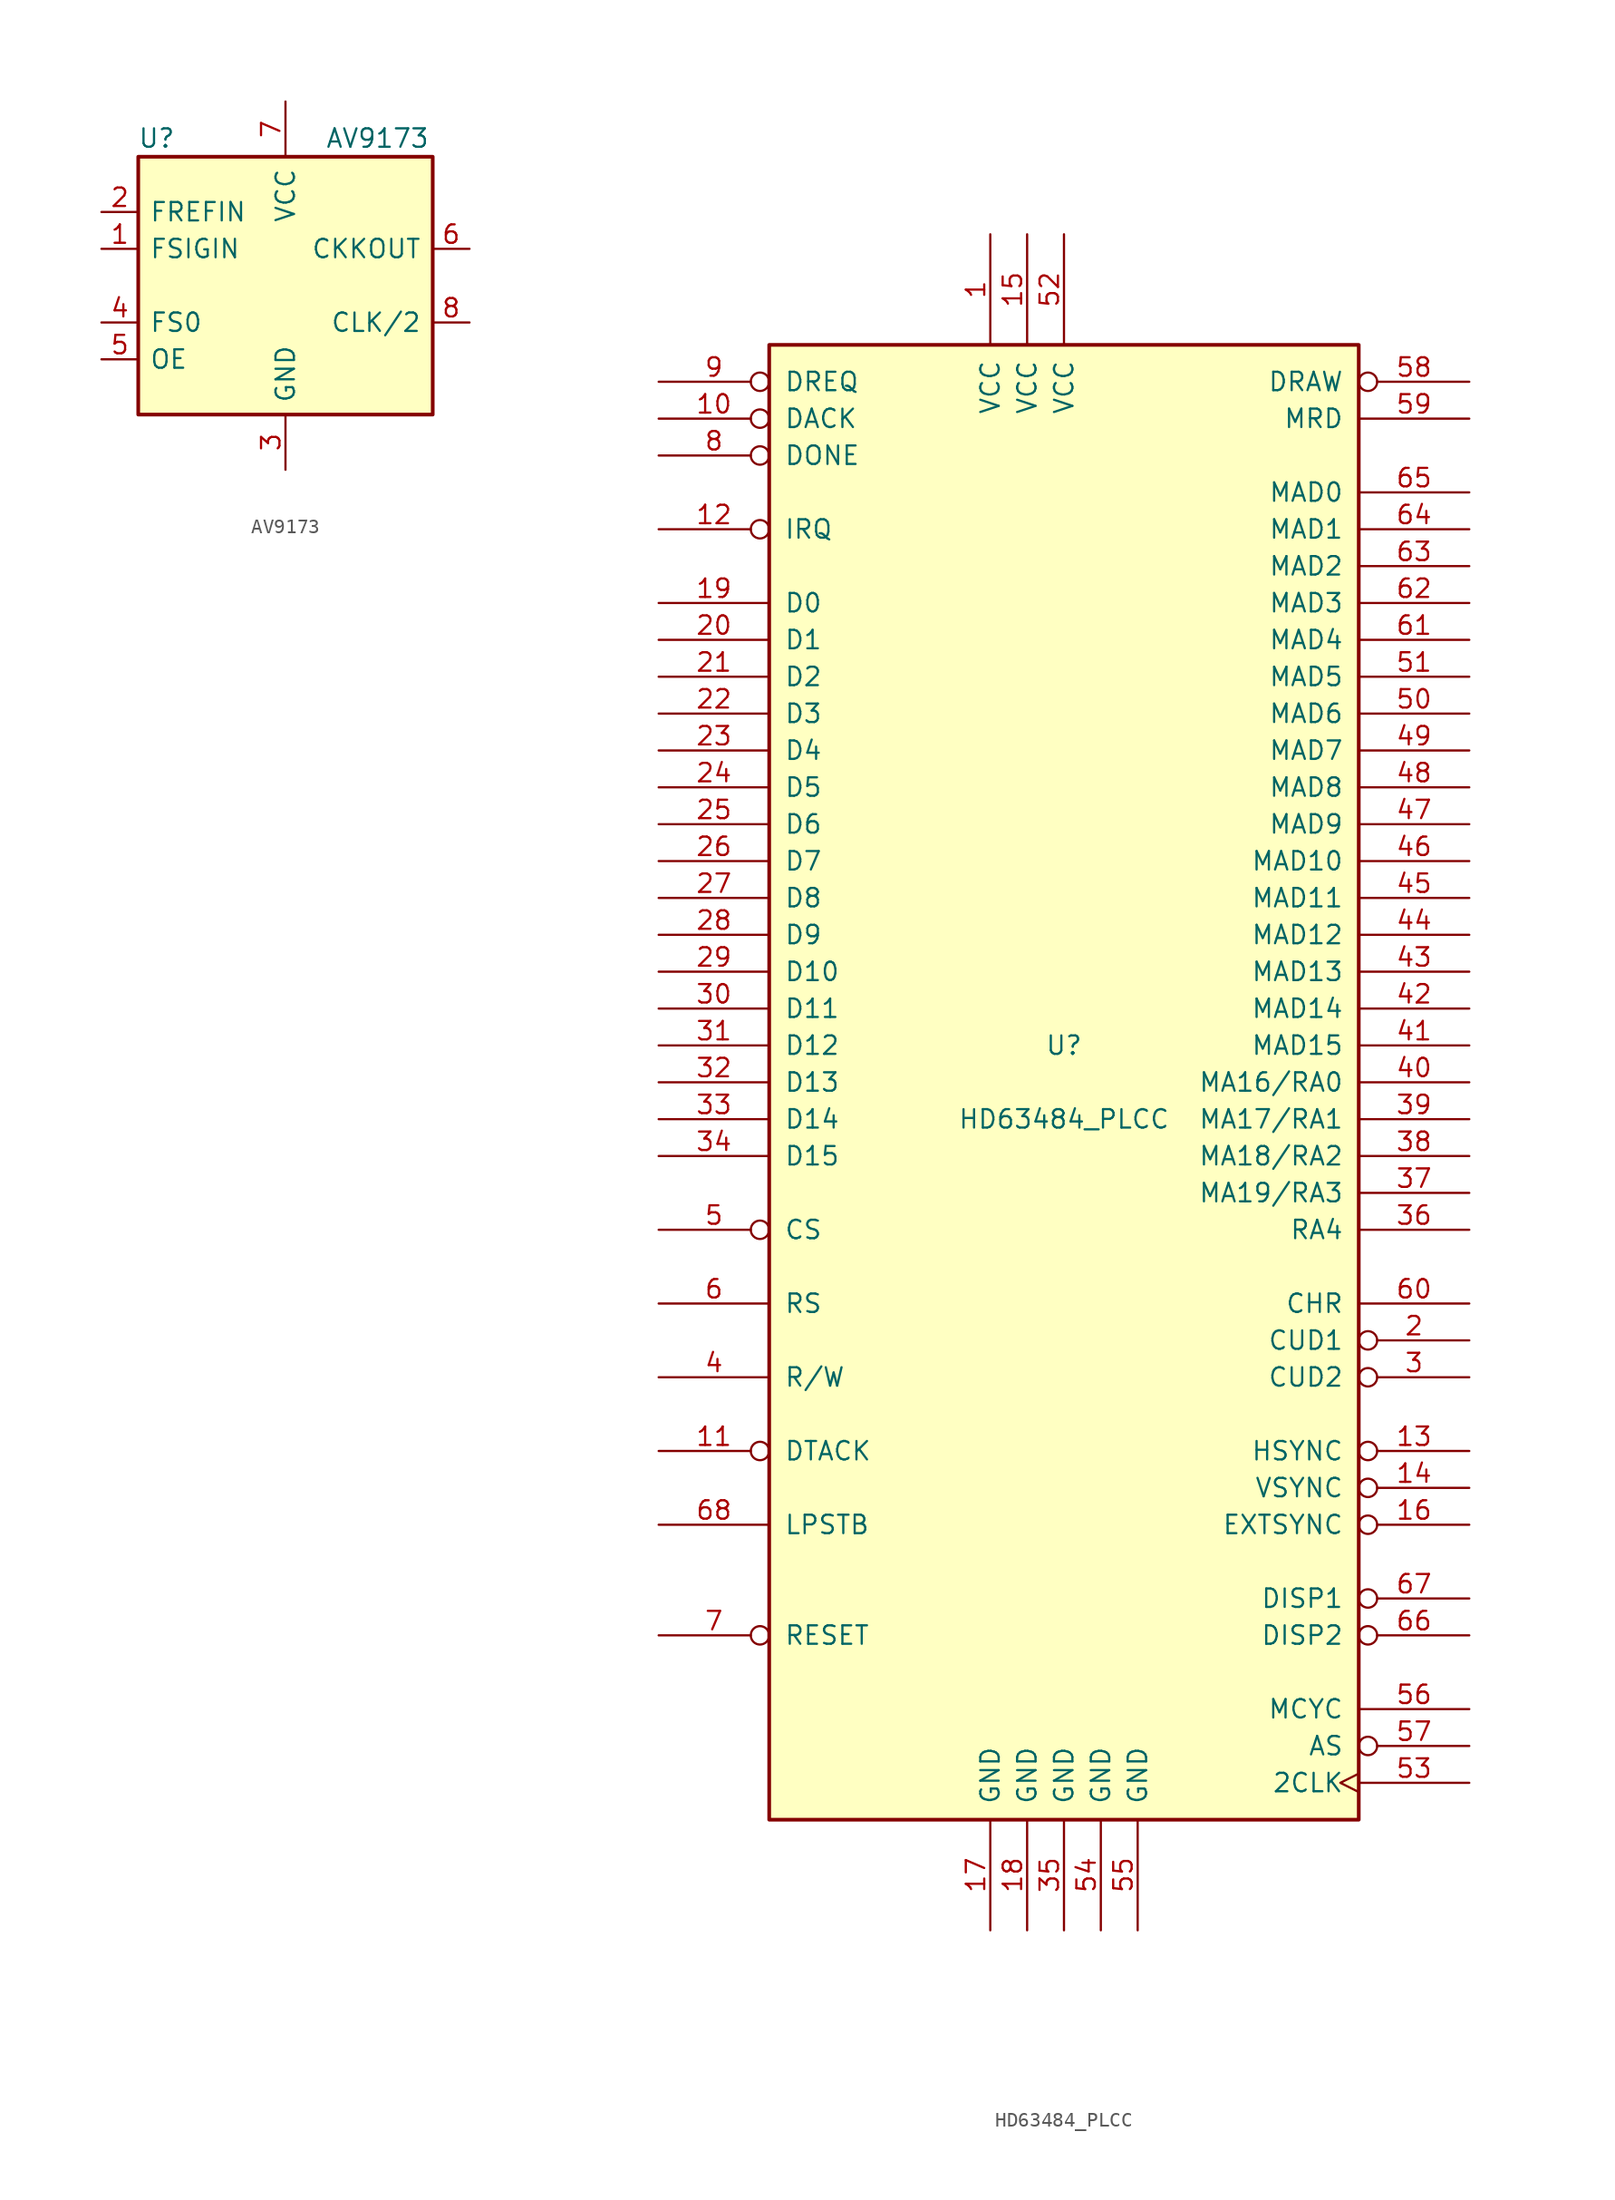
<source format=kicad_sym>
(kicad_symbol_lib
  (version 20211014)
  (generator kicad_symbol_editor)
  (symbol "AV9173"
    (pin_names
      (offset 0.762))
    (property "Reference" "U"
      (at -8.89 10.16 0)
      (effects (font (size 1.27 1.27))))
    (property "Value" "AV9173"
      (at 6.35 10.16 0)
      (effects (font (size 1.27 1.27))))
    (symbol "AV9173_0_1"
      (rectangle (start -10.16 8.89) (end 10.16 -8.89) (stroke (width 0.254) (type default) (color 0 0 0 0)) (fill (type background))))
    (symbol "AV9173_1_1"
      (pin input line (at -12.7 2.54 0) (length 2.54) (name "FSIGIN" (effects (font (size 1.27 1.27)))) (number "1" (effects (font (size 1.27 1.27)))))
      (pin input line (at -12.7 5.08 0) (length 2.54) (name "FREFIN" (effects (font (size 1.27 1.27)))) (number "2" (effects (font (size 1.27 1.27)))))
      (pin input line (at 0 -12.7 90) (length 3.81) (name "GND" (effects (font (size 1.27 1.27)))) (number "3" (effects (font (size 1.27 1.27)))))
      (pin input line (at -12.7 -2.54 0) (length 2.54) (name "FS0" (effects (font (size 1.27 1.27)))) (number "4" (effects (font (size 1.27 1.27)))))
      (pin input line (at -12.7 -5.08 0) (length 2.54) (name "OE" (effects (font (size 1.27 1.27)))) (number "5" (effects (font (size 1.27 1.27)))))
      (pin tri_state line (at 12.7 2.54 180) (length 2.54) (name "CKKOUT" (effects (font (size 1.27 1.27)))) (number "6" (effects (font (size 1.27 1.27)))))
      (pin input line (at 0 12.7 270) (length 3.81) (name "VCC" (effects (font (size 1.27 1.27)))) (number "7" (effects (font (size 1.27 1.27)))))
      (pin tri_state line (at 12.7 -2.54 180) (length 2.54) (name "CLK/2" (effects (font (size 1.27 1.27)))) (number "8" (effects (font (size 1.27 1.27)))))))
  (symbol "HD63484_PLCC"
    (pin_names
      (offset 1.016))
    (property "Reference" "U"
      (at 0 2.54 0)
      (effects (font (size 1.27 1.27))))
    (property "Value" "HD63484_PLCC"
      (at 0 -2.54 0)
      (effects (font (size 1.27 1.27))))
    (symbol "HD63484_PLCC_0_1"
      (rectangle (start -20.32 -50.8) (end 20.32 50.8) (stroke (width 0.254) (type default) (color 0 0 0 0)) (fill (type background))))
    (symbol "HD63484_PLCC_1_1"
      (pin input line (at -5.08 58.42 270) (length 7.62) (name "VCC" (effects (font (size 1.27 1.27)))) (number "1" (effects (font (size 1.27 1.27)))))
      (pin input inverted (at -27.94 45.72 0) (length 7.62) (name "DACK" (effects (font (size 1.27 1.27)))) (number "10" (effects (font (size 1.27 1.27)))))
      (pin output inverted (at -27.94 -25.4 0) (length 7.62) (name "DTACK" (effects (font (size 1.27 1.27)))) (number "11" (effects (font (size 1.27 1.27)))))
      (pin output inverted (at -27.94 38.1 0) (length 7.62) (name "IRQ" (effects (font (size 1.27 1.27)))) (number "12" (effects (font (size 1.27 1.27)))))
      (pin output inverted (at 27.94 -25.4 180) (length 7.62) (name "HSYNC" (effects (font (size 1.27 1.27)))) (number "13" (effects (font (size 1.27 1.27)))))
      (pin output inverted (at 27.94 -27.94 180) (length 7.62) (name "VSYNC" (effects (font (size 1.27 1.27)))) (number "14" (effects (font (size 1.27 1.27)))))
      (pin input line (at -2.54 58.42 270) (length 7.62) (name "VCC" (effects (font (size 1.27 1.27)))) (number "15" (effects (font (size 1.27 1.27)))))
      (pin input inverted (at 27.94 -30.48 180) (length 7.62) (name "EXTSYNC" (effects (font (size 1.27 1.27)))) (number "16" (effects (font (size 1.27 1.27)))))
      (pin input line (at -5.08 -58.42 90) (length 7.62) (name "GND" (effects (font (size 1.27 1.27)))) (number "17" (effects (font (size 1.27 1.27)))))
      (pin input line (at -2.54 -58.42 90) (length 7.62) (name "GND" (effects (font (size 1.27 1.27)))) (number "18" (effects (font (size 1.27 1.27)))))
      (pin tri_state line (at -27.94 33.02 0) (length 7.62) (name "D0" (effects (font (size 1.27 1.27)))) (number "19" (effects (font (size 1.27 1.27)))))
      (pin output inverted (at 27.94 -17.78 180) (length 7.62) (name "CUD1" (effects (font (size 1.27 1.27)))) (number "2" (effects (font (size 1.27 1.27)))))
      (pin tri_state line (at -27.94 30.48 0) (length 7.62) (name "D1" (effects (font (size 1.27 1.27)))) (number "20" (effects (font (size 1.27 1.27)))))
      (pin tri_state line (at -27.94 27.94 0) (length 7.62) (name "D2" (effects (font (size 1.27 1.27)))) (number "21" (effects (font (size 1.27 1.27)))))
      (pin tri_state line (at -27.94 25.4 0) (length 7.62) (name "D3" (effects (font (size 1.27 1.27)))) (number "22" (effects (font (size 1.27 1.27)))))
      (pin tri_state line (at -27.94 22.86 0) (length 7.62) (name "D4" (effects (font (size 1.27 1.27)))) (number "23" (effects (font (size 1.27 1.27)))))
      (pin tri_state line (at -27.94 20.32 0) (length 7.62) (name "D5" (effects (font (size 1.27 1.27)))) (number "24" (effects (font (size 1.27 1.27)))))
      (pin tri_state line (at -27.94 17.78 0) (length 7.62) (name "D6" (effects (font (size 1.27 1.27)))) (number "25" (effects (font (size 1.27 1.27)))))
      (pin tri_state line (at -27.94 15.24 0) (length 7.62) (name "D7" (effects (font (size 1.27 1.27)))) (number "26" (effects (font (size 1.27 1.27)))))
      (pin tri_state line (at -27.94 12.7 0) (length 7.62) (name "D8" (effects (font (size 1.27 1.27)))) (number "27" (effects (font (size 1.27 1.27)))))
      (pin tri_state line (at -27.94 10.16 0) (length 7.62) (name "D9" (effects (font (size 1.27 1.27)))) (number "28" (effects (font (size 1.27 1.27)))))
      (pin tri_state line (at -27.94 7.62 0) (length 7.62) (name "D10" (effects (font (size 1.27 1.27)))) (number "29" (effects (font (size 1.27 1.27)))))
      (pin output inverted (at 27.94 -20.32 180) (length 7.62) (name "CUD2" (effects (font (size 1.27 1.27)))) (number "3" (effects (font (size 1.27 1.27)))))
      (pin tri_state line (at -27.94 5.08 0) (length 7.62) (name "D11" (effects (font (size 1.27 1.27)))) (number "30" (effects (font (size 1.27 1.27)))))
      (pin tri_state line (at -27.94 2.54 0) (length 7.62) (name "D12" (effects (font (size 1.27 1.27)))) (number "31" (effects (font (size 1.27 1.27)))))
      (pin tri_state line (at -27.94 0 0) (length 7.62) (name "D13" (effects (font (size 1.27 1.27)))) (number "32" (effects (font (size 1.27 1.27)))))
      (pin tri_state line (at -27.94 -2.54 0) (length 7.62) (name "D14" (effects (font (size 1.27 1.27)))) (number "33" (effects (font (size 1.27 1.27)))))
      (pin tri_state line (at -27.94 -5.08 0) (length 7.62) (name "D15" (effects (font (size 1.27 1.27)))) (number "34" (effects (font (size 1.27 1.27)))))
      (pin input line (at 0 -58.42 90) (length 7.62) (name "GND" (effects (font (size 1.27 1.27)))) (number "35" (effects (font (size 1.27 1.27)))))
      (pin output line (at 27.94 -10.16 180) (length 7.62) (name "RA4" (effects (font (size 1.27 1.27)))) (number "36" (effects (font (size 1.27 1.27)))))
      (pin output line (at 27.94 -7.62 180) (length 7.62) (name "MA19/RA3" (effects (font (size 1.27 1.27)))) (number "37" (effects (font (size 1.27 1.27)))))
      (pin output line (at 27.94 -5.08 180) (length 7.62) (name "MA18/RA2" (effects (font (size 1.27 1.27)))) (number "38" (effects (font (size 1.27 1.27)))))
      (pin output line (at 27.94 -2.54 180) (length 7.62) (name "MA17/RA1" (effects (font (size 1.27 1.27)))) (number "39" (effects (font (size 1.27 1.27)))))
      (pin input line (at -27.94 -20.32 0) (length 7.62) (name "R/W" (effects (font (size 1.27 1.27)))) (number "4" (effects (font (size 1.27 1.27)))))
      (pin output line (at 27.94 0 180) (length 7.62) (name "MA16/RA0" (effects (font (size 1.27 1.27)))) (number "40" (effects (font (size 1.27 1.27)))))
      (pin tri_state line (at 27.94 2.54 180) (length 7.62) (name "MAD15" (effects (font (size 1.27 1.27)))) (number "41" (effects (font (size 1.27 1.27)))))
      (pin tri_state line (at 27.94 5.08 180) (length 7.62) (name "MAD14" (effects (font (size 1.27 1.27)))) (number "42" (effects (font (size 1.27 1.27)))))
      (pin tri_state line (at 27.94 7.62 180) (length 7.62) (name "MAD13" (effects (font (size 1.27 1.27)))) (number "43" (effects (font (size 1.27 1.27)))))
      (pin tri_state line (at 27.94 10.16 180) (length 7.62) (name "MAD12" (effects (font (size 1.27 1.27)))) (number "44" (effects (font (size 1.27 1.27)))))
      (pin tri_state line (at 27.94 12.7 180) (length 7.62) (name "MAD11" (effects (font (size 1.27 1.27)))) (number "45" (effects (font (size 1.27 1.27)))))
      (pin tri_state line (at 27.94 15.24 180) (length 7.62) (name "MAD10" (effects (font (size 1.27 1.27)))) (number "46" (effects (font (size 1.27 1.27)))))
      (pin tri_state line (at 27.94 17.78 180) (length 7.62) (name "MAD9" (effects (font (size 1.27 1.27)))) (number "47" (effects (font (size 1.27 1.27)))))
      (pin tri_state line (at 27.94 20.32 180) (length 7.62) (name "MAD8" (effects (font (size 1.27 1.27)))) (number "48" (effects (font (size 1.27 1.27)))))
      (pin tri_state line (at 27.94 22.86 180) (length 7.62) (name "MAD7" (effects (font (size 1.27 1.27)))) (number "49" (effects (font (size 1.27 1.27)))))
      (pin input inverted (at -27.94 -10.16 0) (length 7.62) (name "CS" (effects (font (size 1.27 1.27)))) (number "5" (effects (font (size 1.27 1.27)))))
      (pin tri_state line (at 27.94 25.4 180) (length 7.62) (name "MAD6" (effects (font (size 1.27 1.27)))) (number "50" (effects (font (size 1.27 1.27)))))
      (pin tri_state line (at 27.94 27.94 180) (length 7.62) (name "MAD5" (effects (font (size 1.27 1.27)))) (number "51" (effects (font (size 1.27 1.27)))))
      (pin input line (at 0 58.42 270) (length 7.62) (name "VCC" (effects (font (size 1.27 1.27)))) (number "52" (effects (font (size 1.27 1.27)))))
      (pin input clock (at 27.94 -48.26 180) (length 7.62) (name "2CLK" (effects (font (size 1.27 1.27)))) (number "53" (effects (font (size 1.27 1.27)))))
      (pin input line (at 2.54 -58.42 90) (length 7.62) (name "GND" (effects (font (size 1.27 1.27)))) (number "54" (effects (font (size 1.27 1.27)))))
      (pin input line (at 5.08 -58.42 90) (length 7.62) (name "GND" (effects (font (size 1.27 1.27)))) (number "55" (effects (font (size 1.27 1.27)))))
      (pin output line (at 27.94 -43.18 180) (length 7.62) (name "MCYC" (effects (font (size 1.27 1.27)))) (number "56" (effects (font (size 1.27 1.27)))))
      (pin output inverted (at 27.94 -45.72 180) (length 7.62) (name "AS" (effects (font (size 1.27 1.27)))) (number "57" (effects (font (size 1.27 1.27)))))
      (pin output inverted (at 27.94 48.26 180) (length 7.62) (name "DRAW" (effects (font (size 1.27 1.27)))) (number "58" (effects (font (size 1.27 1.27)))))
      (pin output line (at 27.94 45.72 180) (length 7.62) (name "MRD" (effects (font (size 1.27 1.27)))) (number "59" (effects (font (size 1.27 1.27)))))
      (pin input line (at -27.94 -15.24 0) (length 7.62) (name "RS" (effects (font (size 1.27 1.27)))) (number "6" (effects (font (size 1.27 1.27)))))
      (pin output line (at 27.94 -15.24 180) (length 7.62) (name "CHR" (effects (font (size 1.27 1.27)))) (number "60" (effects (font (size 1.27 1.27)))))
      (pin tri_state line (at 27.94 30.48 180) (length 7.62) (name "MAD4" (effects (font (size 1.27 1.27)))) (number "61" (effects (font (size 1.27 1.27)))))
      (pin tri_state line (at 27.94 33.02 180) (length 7.62) (name "MAD3" (effects (font (size 1.27 1.27)))) (number "62" (effects (font (size 1.27 1.27)))))
      (pin tri_state line (at 27.94 35.56 180) (length 7.62) (name "MAD2" (effects (font (size 1.27 1.27)))) (number "63" (effects (font (size 1.27 1.27)))))
      (pin tri_state line (at 27.94 38.1 180) (length 7.62) (name "MAD1" (effects (font (size 1.27 1.27)))) (number "64" (effects (font (size 1.27 1.27)))))
      (pin tri_state line (at 27.94 40.64 180) (length 7.62) (name "MAD0" (effects (font (size 1.27 1.27)))) (number "65" (effects (font (size 1.27 1.27)))))
      (pin output inverted (at 27.94 -38.1 180) (length 7.62) (name "DISP2" (effects (font (size 1.27 1.27)))) (number "66" (effects (font (size 1.27 1.27)))))
      (pin output inverted (at 27.94 -35.56 180) (length 7.62) (name "DISP1" (effects (font (size 1.27 1.27)))) (number "67" (effects (font (size 1.27 1.27)))))
      (pin input line (at -27.94 -30.48 0) (length 7.62) (name "LPSTB" (effects (font (size 1.27 1.27)))) (number "68" (effects (font (size 1.27 1.27)))))
      (pin input inverted (at -27.94 -38.1 0) (length 7.62) (name "RESET" (effects (font (size 1.27 1.27)))) (number "7" (effects (font (size 1.27 1.27)))))
      (pin input inverted (at -27.94 43.18 0) (length 7.62) (name "DONE" (effects (font (size 1.27 1.27)))) (number "8" (effects (font (size 1.27 1.27)))))
      (pin output inverted (at -27.94 48.26 0) (length 7.62) (name "DREQ" (effects (font (size 1.27 1.27)))) (number "9" (effects (font (size 1.27 1.27))))))))
</source>
